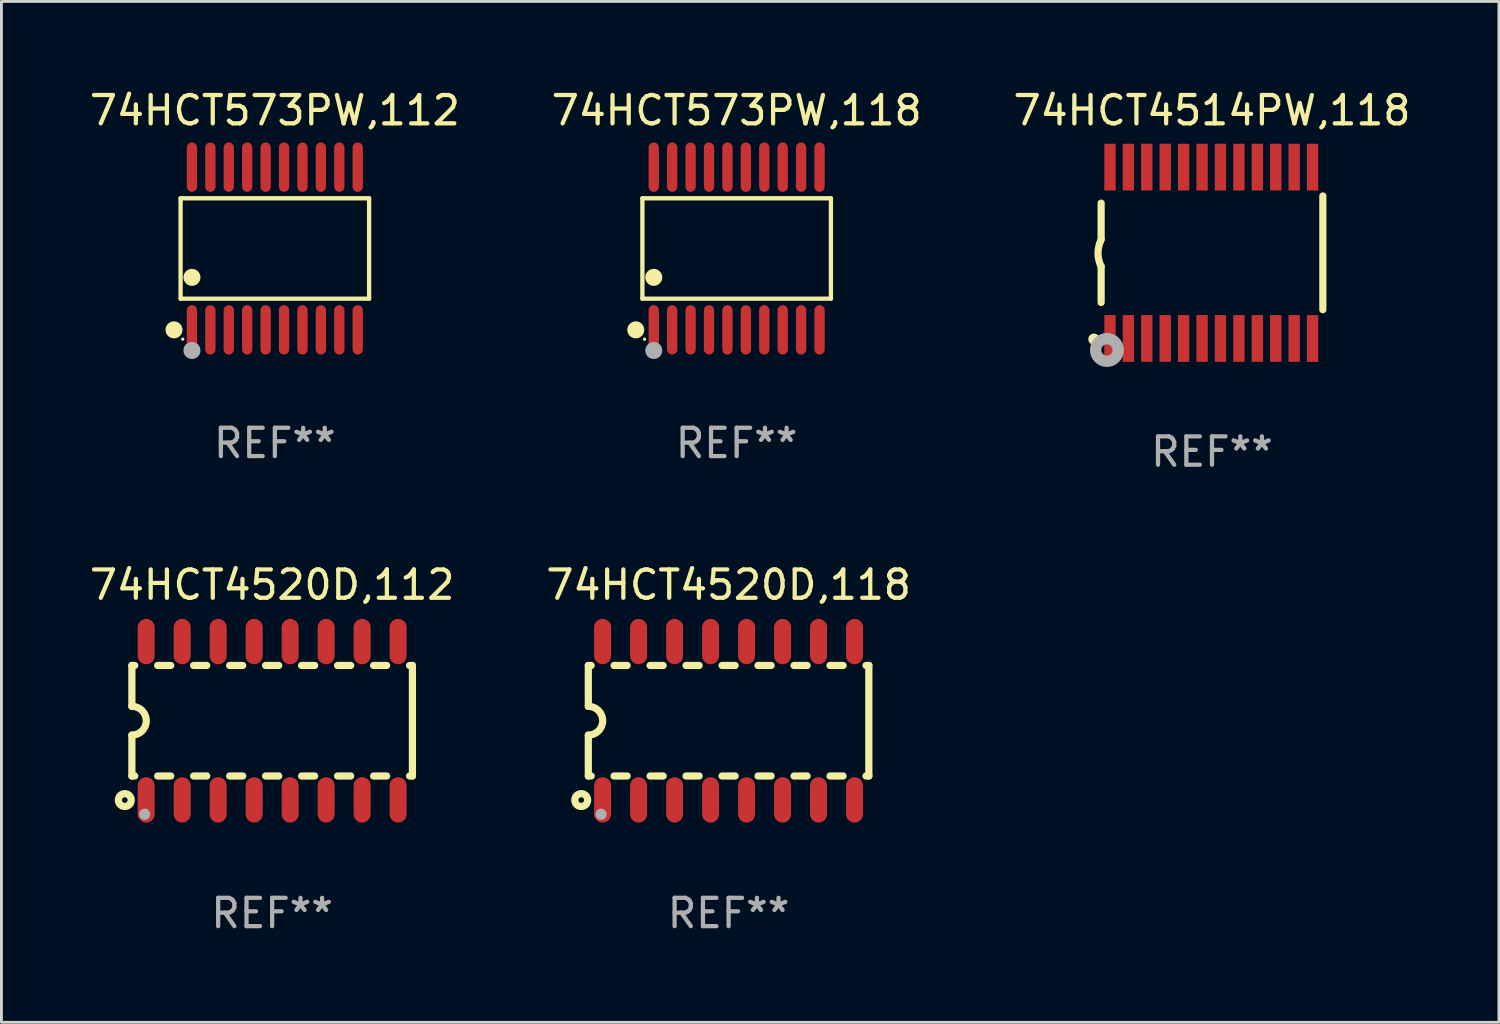
<source format=kicad_pcb>
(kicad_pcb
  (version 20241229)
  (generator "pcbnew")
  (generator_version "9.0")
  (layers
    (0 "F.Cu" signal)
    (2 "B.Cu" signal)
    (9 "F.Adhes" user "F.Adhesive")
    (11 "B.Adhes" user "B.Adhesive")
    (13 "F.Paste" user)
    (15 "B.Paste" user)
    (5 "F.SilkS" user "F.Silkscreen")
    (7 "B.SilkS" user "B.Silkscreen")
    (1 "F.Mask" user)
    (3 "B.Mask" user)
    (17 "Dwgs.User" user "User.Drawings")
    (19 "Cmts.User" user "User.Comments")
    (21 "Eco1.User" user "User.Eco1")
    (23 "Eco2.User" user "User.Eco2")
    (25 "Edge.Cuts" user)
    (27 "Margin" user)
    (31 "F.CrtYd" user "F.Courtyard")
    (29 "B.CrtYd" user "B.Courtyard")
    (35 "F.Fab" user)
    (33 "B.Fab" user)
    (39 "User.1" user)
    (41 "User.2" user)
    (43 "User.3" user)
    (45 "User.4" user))
  (footprint "74HCT573PW,112"
    (layer "F.Cu")
    (at 6.649 5.719)
    (property "Reference" "74HCT573PW,112" (at 0 -4.871 0) (layer "F.SilkS") (effects (font (size 1 1) (thickness 0.15))))
    (attr through_hole)
    (fp_line (start -3.326 -1.771) (end 3.326 -1.771) (stroke (width 0.152) (type solid)) (layer "F.SilkS"))
    (fp_line (start -3.326 1.771) (end -3.326 -1.771) (stroke (width 0.152) (type solid)) (layer "F.SilkS"))
    (fp_line (start 3.326 -1.771) (end 3.326 1.771) (stroke (width 0.152) (type solid)) (layer "F.SilkS"))
    (fp_line (start 3.326 1.771) (end -3.326 1.771) (stroke (width 0.152) (type solid)) (layer "F.SilkS"))
    (fp_circle (center -3.559 2.871) (end -3.409 2.871) (stroke (width 0.3) (type solid)) (fill no) (layer "F.SilkS"))
    (fp_circle (center -3.25 3.2) (end -3.22 3.2) (stroke (width 0.06) (type solid)) (fill no) (layer "F.SilkS"))
    (fp_circle (center -2.925 1.019) (end -2.775 1.019) (stroke (width 0.3) (type solid)) (fill no) (layer "F.SilkS"))
    (fp_circle (center -2.925 3.6) (end -2.775 3.6) (stroke (width 0.3) (type solid)) (fill no) (layer "F.Fab"))
    (fp_text user "REF**" (at 0 6.871 0) (layer "F.Fab") (effects (font (size 1 1) (thickness 0.15))))
    (pad "1" smd oval (at -2.925 2.871) (size 0.364 1.742) (layers "F.Cu" "F.Mask" "F.Paste"))
    (pad "2" smd oval (at -2.275 2.871) (size 0.364 1.742) (layers "F.Cu" "F.Mask" "F.Paste"))
    (pad "3" smd oval (at -1.625 2.871) (size 0.364 1.742) (layers "F.Cu" "F.Mask" "F.Paste"))
    (pad "4" smd oval (at -0.975 2.871) (size 0.364 1.742) (layers "F.Cu" "F.Mask" "F.Paste"))
    (pad "5" smd oval (at -0.325 2.871) (size 0.364 1.742) (layers "F.Cu" "F.Mask" "F.Paste"))
    (pad "6" smd oval (at 0.325 2.871) (size 0.364 1.742) (layers "F.Cu" "F.Mask" "F.Paste"))
    (pad "7" smd oval (at 0.975 2.871) (size 0.364 1.742) (layers "F.Cu" "F.Mask" "F.Paste"))
    (pad "8" smd oval (at 1.625 2.871) (size 0.364 1.742) (layers "F.Cu" "F.Mask" "F.Paste"))
    (pad "9" smd oval (at 2.275 2.871) (size 0.364 1.742) (layers "F.Cu" "F.Mask" "F.Paste"))
    (pad "10" smd oval (at 2.925 2.871) (size 0.364 1.742) (layers "F.Cu" "F.Mask" "F.Paste"))
    (pad "11" smd oval (at 2.925 -2.871) (size 0.364 1.742) (layers "F.Cu" "F.Mask" "F.Paste"))
    (pad "12" smd oval (at 2.275 -2.871) (size 0.364 1.742) (layers "F.Cu" "F.Mask" "F.Paste"))
    (pad "13" smd oval (at 1.625 -2.871) (size 0.364 1.742) (layers "F.Cu" "F.Mask" "F.Paste"))
    (pad "14" smd oval (at 0.975 -2.871) (size 0.364 1.742) (layers "F.Cu" "F.Mask" "F.Paste"))
    (pad "15" smd oval (at 0.325 -2.871) (size 0.364 1.742) (layers "F.Cu" "F.Mask" "F.Paste"))
    (pad "16" smd oval (at -0.325 -2.871) (size 0.364 1.742) (layers "F.Cu" "F.Mask" "F.Paste"))
    (pad "17" smd oval (at -0.975 -2.871) (size 0.364 1.742) (layers "F.Cu" "F.Mask" "F.Paste"))
    (pad "18" smd oval (at -1.625 -2.871) (size 0.364 1.742) (layers "F.Cu" "F.Mask" "F.Paste"))
    (pad "19" smd oval (at -2.275 -2.871) (size 0.364 1.742) (layers "F.Cu" "F.Mask" "F.Paste"))
    (pad "20" smd oval (at -2.925 -2.871) (size 0.364 1.742) (layers "F.Cu" "F.Mask" "F.Paste")))
  (footprint "74HCT573PW,118"
    (layer "F.Cu")
    (at 22.946 5.719)
    (property "Reference" "74HCT573PW,118" (at 0 -4.871 0) (layer "F.SilkS") (effects (font (size 1 1) (thickness 0.15))))
    (attr through_hole)
    (fp_line (start -3.326 -1.771) (end 3.326 -1.771) (stroke (width 0.152) (type solid)) (layer "F.SilkS"))
    (fp_line (start -3.326 1.771) (end -3.326 -1.771) (stroke (width 0.152) (type solid)) (layer "F.SilkS"))
    (fp_line (start 3.326 -1.771) (end 3.326 1.771) (stroke (width 0.152) (type solid)) (layer "F.SilkS"))
    (fp_line (start 3.326 1.771) (end -3.326 1.771) (stroke (width 0.152) (type solid)) (layer "F.SilkS"))
    (fp_circle (center -3.559 2.871) (end -3.409 2.871) (stroke (width 0.3) (type solid)) (fill no) (layer "F.SilkS"))
    (fp_circle (center -3.25 3.2) (end -3.22 3.2) (stroke (width 0.06) (type solid)) (fill no) (layer "F.SilkS"))
    (fp_circle (center -2.925 1.019) (end -2.775 1.019) (stroke (width 0.3) (type solid)) (fill no) (layer "F.SilkS"))
    (fp_circle (center -2.925 3.6) (end -2.775 3.6) (stroke (width 0.3) (type solid)) (fill no) (layer "F.Fab"))
    (fp_text user "REF**" (at 0 6.871 0) (layer "F.Fab") (effects (font (size 1 1) (thickness 0.15))))
    (pad "1" smd oval (at -2.925 2.871) (size 0.364 1.742) (layers "F.Cu" "F.Mask" "F.Paste"))
    (pad "2" smd oval (at -2.275 2.871) (size 0.364 1.742) (layers "F.Cu" "F.Mask" "F.Paste"))
    (pad "3" smd oval (at -1.625 2.871) (size 0.364 1.742) (layers "F.Cu" "F.Mask" "F.Paste"))
    (pad "4" smd oval (at -0.975 2.871) (size 0.364 1.742) (layers "F.Cu" "F.Mask" "F.Paste"))
    (pad "5" smd oval (at -0.325 2.871) (size 0.364 1.742) (layers "F.Cu" "F.Mask" "F.Paste"))
    (pad "6" smd oval (at 0.325 2.871) (size 0.364 1.742) (layers "F.Cu" "F.Mask" "F.Paste"))
    (pad "7" smd oval (at 0.975 2.871) (size 0.364 1.742) (layers "F.Cu" "F.Mask" "F.Paste"))
    (pad "8" smd oval (at 1.625 2.871) (size 0.364 1.742) (layers "F.Cu" "F.Mask" "F.Paste"))
    (pad "9" smd oval (at 2.275 2.871) (size 0.364 1.742) (layers "F.Cu" "F.Mask" "F.Paste"))
    (pad "10" smd oval (at 2.925 2.871) (size 0.364 1.742) (layers "F.Cu" "F.Mask" "F.Paste"))
    (pad "11" smd oval (at 2.925 -2.871) (size 0.364 1.742) (layers "F.Cu" "F.Mask" "F.Paste"))
    (pad "12" smd oval (at 2.275 -2.871) (size 0.364 1.742) (layers "F.Cu" "F.Mask" "F.Paste"))
    (pad "13" smd oval (at 1.625 -2.871) (size 0.364 1.742) (layers "F.Cu" "F.Mask" "F.Paste"))
    (pad "14" smd oval (at 0.975 -2.871) (size 0.364 1.742) (layers "F.Cu" "F.Mask" "F.Paste"))
    (pad "15" smd oval (at 0.325 -2.871) (size 0.364 1.742) (layers "F.Cu" "F.Mask" "F.Paste"))
    (pad "16" smd oval (at -0.325 -2.871) (size 0.364 1.742) (layers "F.Cu" "F.Mask" "F.Paste"))
    (pad "17" smd oval (at -0.975 -2.871) (size 0.364 1.742) (layers "F.Cu" "F.Mask" "F.Paste"))
    (pad "18" smd oval (at -1.625 -2.871) (size 0.364 1.742) (layers "F.Cu" "F.Mask" "F.Paste"))
    (pad "19" smd oval (at -2.275 -2.871) (size 0.364 1.742) (layers "F.Cu" "F.Mask" "F.Paste"))
    (pad "20" smd oval (at -2.925 -2.871) (size 0.364 1.742) (layers "F.Cu" "F.Mask" "F.Paste")))
  (footprint "74HCT4520D,112"
    (layer "F.Cu")
    (at 6.554 22.384)
    (property "Reference" "74HCT4520D,112" (at 0 -4.794 0) (layer "F.SilkS") (effects (font (size 1 1) (thickness 0.15))))
    (attr through_hole)
    (fp_line (start -4.95 -1.95) (end -4.95 -0.508) (stroke (width 0.254) (type solid)) (layer "F.SilkS"))
    (fp_line (start -4.95 -1.95) (end -4.849 -1.95) (stroke (width 0.254) (type solid)) (layer "F.SilkS"))
    (fp_line (start -4.95 1.95) (end -4.95 0.508) (stroke (width 0.254) (type solid)) (layer "F.SilkS"))
    (fp_line (start -4.95 1.95) (end -4.849 1.95) (stroke (width 0.254) (type solid)) (layer "F.SilkS"))
    (fp_line (start -4.041 -1.95) (end -3.579 -1.95) (stroke (width 0.254) (type solid)) (layer "F.SilkS"))
    (fp_line (start -4.041 1.95) (end -3.579 1.95) (stroke (width 0.254) (type solid)) (layer "F.SilkS"))
    (fp_line (start -2.771 -1.95) (end -2.309 -1.95) (stroke (width 0.254) (type solid)) (layer "F.SilkS"))
    (fp_line (start -2.771 1.95) (end -2.309 1.95) (stroke (width 0.254) (type solid)) (layer "F.SilkS"))
    (fp_line (start -1.501 -1.95) (end -1.039 -1.95) (stroke (width 0.254) (type solid)) (layer "F.SilkS"))
    (fp_line (start -1.501 1.95) (end -1.039 1.95) (stroke (width 0.254) (type solid)) (layer "F.SilkS"))
    (fp_line (start -0.231 -1.95) (end 0.231 -1.95) (stroke (width 0.254) (type solid)) (layer "F.SilkS"))
    (fp_line (start -0.231 1.95) (end 0.231 1.95) (stroke (width 0.254) (type solid)) (layer "F.SilkS"))
    (fp_line (start 1.039 -1.95) (end 1.501 -1.95) (stroke (width 0.254) (type solid)) (layer "F.SilkS"))
    (fp_line (start 1.039 1.95) (end 1.501 1.95) (stroke (width 0.254) (type solid)) (layer "F.SilkS"))
    (fp_line (start 2.309 -1.95) (end 2.771 -1.95) (stroke (width 0.254) (type solid)) (layer "F.SilkS"))
    (fp_line (start 2.309 1.95) (end 2.771 1.95) (stroke (width 0.254) (type solid)) (layer "F.SilkS"))
    (fp_line (start 3.579 -1.95) (end 4.041 -1.95) (stroke (width 0.254) (type solid)) (layer "F.SilkS"))
    (fp_line (start 3.579 1.95) (end 4.041 1.95) (stroke (width 0.254) (type solid)) (layer "F.SilkS"))
    (fp_line (start 4.849 -1.95) (end 4.95 -1.95) (stroke (width 0.254) (type solid)) (layer "F.SilkS"))
    (fp_line (start 4.849 1.95) (end 4.95 1.95) (stroke (width 0.254) (type solid)) (layer "F.SilkS"))
    (fp_line (start 4.95 -1.95) (end 4.95 1.95) (stroke (width 0.254) (type solid)) (layer "F.SilkS"))
    (fp_arc (start -4.95047 -0.508001) (mid -4.442469 -0.000228) (end -4.950013 0.508001) (stroke (width 0.254001) (type solid)) (layer "F.SilkS"))
    (fp_circle (center -5.2 2.8) (end -5.1 2.8) (stroke (width 0.254) (type solid)) (fill no) (layer "F.SilkS"))
    (fp_circle (center -4.95 2.947) (end -4.92 2.947) (stroke (width 0.06) (type solid)) (fill no) (layer "F.SilkS"))
    (fp_circle (center -4.5 3.3) (end -4.4 3.3) (stroke (width 0.2) (type solid)) (fill no) (layer "F.Fab"))
    (fp_text user "REF**" (at 0 6.794 0) (layer "F.Fab") (effects (font (size 1 1) (thickness 0.15))))
    (pad "1" smd oval (at -4.445 2.794) (size 0.6 1.6) (layers "F.Cu" "F.Mask" "F.Paste"))
    (pad "2" smd oval (at -3.175 2.794) (size 0.6 1.6) (layers "F.Cu" "F.Mask" "F.Paste"))
    (pad "3" smd oval (at -1.905 2.794) (size 0.6 1.6) (layers "F.Cu" "F.Mask" "F.Paste"))
    (pad "4" smd oval (at -0.635 2.794) (size 0.6 1.6) (layers "F.Cu" "F.Mask" "F.Paste"))
    (pad "5" smd oval (at 0.635 2.794) (size 0.6 1.6) (layers "F.Cu" "F.Mask" "F.Paste"))
    (pad "6" smd oval (at 1.905 2.794) (size 0.6 1.6) (layers "F.Cu" "F.Mask" "F.Paste"))
    (pad "7" smd oval (at 3.175 2.794) (size 0.6 1.6) (layers "F.Cu" "F.Mask" "F.Paste"))
    (pad "8" smd oval (at 4.445 2.794) (size 0.6 1.6) (layers "F.Cu" "F.Mask" "F.Paste"))
    (pad "9" smd oval (at 4.445 -2.794) (size 0.6 1.6) (layers "F.Cu" "F.Mask" "F.Paste"))
    (pad "10" smd oval (at 3.175 -2.794) (size 0.6 1.6) (layers "F.Cu" "F.Mask" "F.Paste"))
    (pad "11" smd oval (at 1.905 -2.794) (size 0.6 1.6) (layers "F.Cu" "F.Mask" "F.Paste"))
    (pad "12" smd oval (at 0.635 -2.794) (size 0.6 1.6) (layers "F.Cu" "F.Mask" "F.Paste"))
    (pad "13" smd oval (at -0.635 -2.794) (size 0.6 1.6) (layers "F.Cu" "F.Mask" "F.Paste"))
    (pad "14" smd oval (at -1.905 -2.794) (size 0.6 1.6) (layers "F.Cu" "F.Mask" "F.Paste"))
    (pad "15" smd oval (at -3.175 -2.794) (size 0.6 1.6) (layers "F.Cu" "F.Mask" "F.Paste"))
    (pad "16" smd oval (at -4.445 -2.794) (size 0.6 1.6) (layers "F.Cu" "F.Mask" "F.Paste")))
  (footprint "74HCT4514PW,118"
    (layer "F.Cu")
    (at 39.72 5.871)
    (property "Reference" "74HCT4514PW,118" (at 0 -5.023 0) (layer "F.SilkS") (effects (font (size 1 1) (thickness 0.15))))
    (attr through_hole)
    (fp_line (start -3.912 -0.483) (end -3.912 -1.753) (stroke (width 0.254) (type solid)) (layer "F.SilkS"))
    (fp_line (start -3.912 1.753) (end -3.912 0.483) (stroke (width 0.254) (type solid)) (layer "F.SilkS"))
    (fp_line (start 3.912 -2.007) (end 3.912 2.007) (stroke (width 0.254) (type solid)) (layer "F.SilkS"))
    (fp_arc (start -3.911608 0.482601) (mid -4.022537 0.0127) (end -3.911608 -0.457201) (stroke (width 0.254001) (type solid)) (layer "F.SilkS"))
    (fp_circle (center -4.166 3.048) (end -4.066 3.048) (stroke (width 0.2) (type solid)) (fill no) (layer "F.SilkS"))
    (fp_circle (center -3.925 3.186) (end -3.895 3.186) (stroke (width 0.06) (type solid)) (fill no) (layer "F.SilkS"))
    (fp_circle (center -3.708 3.429) (end -3.509 3.429) (stroke (width 0.4) (type solid)) (fill no) (layer "F.Fab"))
    (fp_text user "REF**" (at 0 7.023 0) (layer "F.Fab") (effects (font (size 1 1) (thickness 0.15))))
    (pad "1" smd rect (at -3.6 3.023) (size 0.4 1.65) (layers "F.Cu" "F.Mask" "F.Paste"))
    (pad "2" smd rect (at -2.95 3.023) (size 0.4 1.65) (layers "F.Cu" "F.Mask" "F.Paste"))
    (pad "3" smd rect (at -2.3 3.023) (size 0.4 1.65) (layers "F.Cu" "F.Mask" "F.Paste"))
    (pad "4" smd rect (at -1.65 3.023) (size 0.4 1.65) (layers "F.Cu" "F.Mask" "F.Paste"))
    (pad "5" smd rect (at -1 3.023) (size 0.4 1.65) (layers "F.Cu" "F.Mask" "F.Paste"))
    (pad "6" smd rect (at -0.35 3.023) (size 0.4 1.65) (layers "F.Cu" "F.Mask" "F.Paste"))
    (pad "7" smd rect (at 0.299 3.023) (size 0.4 1.65) (layers "F.Cu" "F.Mask" "F.Paste"))
    (pad "8" smd rect (at 0.95 3.023) (size 0.4 1.65) (layers "F.Cu" "F.Mask" "F.Paste"))
    (pad "9" smd rect (at 1.6 3.023) (size 0.4 1.65) (layers "F.Cu" "F.Mask" "F.Paste"))
    (pad "10" smd rect (at 2.25 3.023) (size 0.4 1.65) (layers "F.Cu" "F.Mask" "F.Paste"))
    (pad "11" smd rect (at 2.9 3.023) (size 0.4 1.65) (layers "F.Cu" "F.Mask" "F.Paste"))
    (pad "12" smd rect (at 3.549 3.023) (size 0.4 1.65) (layers "F.Cu" "F.Mask" "F.Paste"))
    (pad "13" smd rect (at 3.549 -3.023) (size 0.4 1.65) (layers "F.Cu" "F.Mask" "F.Paste"))
    (pad "14" smd rect (at 2.9 -3.023) (size 0.4 1.65) (layers "F.Cu" "F.Mask" "F.Paste"))
    (pad "15" smd rect (at 2.25 -3.023) (size 0.4 1.65) (layers "F.Cu" "F.Mask" "F.Paste"))
    (pad "16" smd rect (at 1.6 -3.023) (size 0.4 1.65) (layers "F.Cu" "F.Mask" "F.Paste"))
    (pad "17" smd rect (at 0.95 -3.023) (size 0.4 1.65) (layers "F.Cu" "F.Mask" "F.Paste"))
    (pad "18" smd rect (at 0.299 -3.023) (size 0.4 1.65) (layers "F.Cu" "F.Mask" "F.Paste"))
    (pad "19" smd rect (at -0.35 -3.023) (size 0.4 1.65) (layers "F.Cu" "F.Mask" "F.Paste"))
    (pad "20" smd rect (at -1 -3.023) (size 0.4 1.65) (layers "F.Cu" "F.Mask" "F.Paste"))
    (pad "21" smd rect (at -1.65 -3.023) (size 0.4 1.65) (layers "F.Cu" "F.Mask" "F.Paste"))
    (pad "22" smd rect (at -2.3 -3.023) (size 0.4 1.65) (layers "F.Cu" "F.Mask" "F.Paste"))
    (pad "23" smd rect (at -2.95 -3.023) (size 0.4 1.65) (layers "F.Cu" "F.Mask" "F.Paste"))
    (pad "24" smd rect (at -3.6 -3.023) (size 0.4 1.65) (layers "F.Cu" "F.Mask" "F.Paste")))
  (footprint "74HCT4520D,118"
    (layer "F.Cu")
    (at 22.661 22.384)
    (property "Reference" "74HCT4520D,118" (at 0 -4.794 0) (layer "F.SilkS") (effects (font (size 1 1) (thickness 0.15))))
    (attr through_hole)
    (fp_line (start -4.95 -1.95) (end -4.95 -0.508) (stroke (width 0.254) (type solid)) (layer "F.SilkS"))
    (fp_line (start -4.95 -1.95) (end -4.849 -1.95) (stroke (width 0.254) (type solid)) (layer "F.SilkS"))
    (fp_line (start -4.95 1.95) (end -4.95 0.508) (stroke (width 0.254) (type solid)) (layer "F.SilkS"))
    (fp_line (start -4.95 1.95) (end -4.849 1.95) (stroke (width 0.254) (type solid)) (layer "F.SilkS"))
    (fp_line (start -4.041 -1.95) (end -3.579 -1.95) (stroke (width 0.254) (type solid)) (layer "F.SilkS"))
    (fp_line (start -4.041 1.95) (end -3.579 1.95) (stroke (width 0.254) (type solid)) (layer "F.SilkS"))
    (fp_line (start -2.771 -1.95) (end -2.309 -1.95) (stroke (width 0.254) (type solid)) (layer "F.SilkS"))
    (fp_line (start -2.771 1.95) (end -2.309 1.95) (stroke (width 0.254) (type solid)) (layer "F.SilkS"))
    (fp_line (start -1.501 -1.95) (end -1.039 -1.95) (stroke (width 0.254) (type solid)) (layer "F.SilkS"))
    (fp_line (start -1.501 1.95) (end -1.039 1.95) (stroke (width 0.254) (type solid)) (layer "F.SilkS"))
    (fp_line (start -0.231 -1.95) (end 0.231 -1.95) (stroke (width 0.254) (type solid)) (layer "F.SilkS"))
    (fp_line (start -0.231 1.95) (end 0.231 1.95) (stroke (width 0.254) (type solid)) (layer "F.SilkS"))
    (fp_line (start 1.039 -1.95) (end 1.501 -1.95) (stroke (width 0.254) (type solid)) (layer "F.SilkS"))
    (fp_line (start 1.039 1.95) (end 1.501 1.95) (stroke (width 0.254) (type solid)) (layer "F.SilkS"))
    (fp_line (start 2.309 -1.95) (end 2.771 -1.95) (stroke (width 0.254) (type solid)) (layer "F.SilkS"))
    (fp_line (start 2.309 1.95) (end 2.771 1.95) (stroke (width 0.254) (type solid)) (layer "F.SilkS"))
    (fp_line (start 3.579 -1.95) (end 4.041 -1.95) (stroke (width 0.254) (type solid)) (layer "F.SilkS"))
    (fp_line (start 3.579 1.95) (end 4.041 1.95) (stroke (width 0.254) (type solid)) (layer "F.SilkS"))
    (fp_line (start 4.849 -1.95) (end 4.95 -1.95) (stroke (width 0.254) (type solid)) (layer "F.SilkS"))
    (fp_line (start 4.849 1.95) (end 4.95 1.95) (stroke (width 0.254) (type solid)) (layer "F.SilkS"))
    (fp_line (start 4.95 -1.95) (end 4.95 1.95) (stroke (width 0.254) (type solid)) (layer "F.SilkS"))
    (fp_arc (start -4.95047 -0.508001) (mid -4.442469 -0.000228) (end -4.950013 0.508001) (stroke (width 0.254001) (type solid)) (layer "F.SilkS"))
    (fp_circle (center -5.2 2.8) (end -5.1 2.8) (stroke (width 0.254) (type solid)) (fill no) (layer "F.SilkS"))
    (fp_circle (center -4.95 2.947) (end -4.92 2.947) (stroke (width 0.06) (type solid)) (fill no) (layer "F.SilkS"))
    (fp_circle (center -4.5 3.3) (end -4.4 3.3) (stroke (width 0.2) (type solid)) (fill no) (layer "F.Fab"))
    (fp_text user "REF**" (at 0 6.794 0) (layer "F.Fab") (effects (font (size 1 1) (thickness 0.15))))
    (pad "1" smd oval (at -4.445 2.794) (size 0.6 1.6) (layers "F.Cu" "F.Mask" "F.Paste"))
    (pad "2" smd oval (at -3.175 2.794) (size 0.6 1.6) (layers "F.Cu" "F.Mask" "F.Paste"))
    (pad "3" smd oval (at -1.905 2.794) (size 0.6 1.6) (layers "F.Cu" "F.Mask" "F.Paste"))
    (pad "4" smd oval (at -0.635 2.794) (size 0.6 1.6) (layers "F.Cu" "F.Mask" "F.Paste"))
    (pad "5" smd oval (at 0.635 2.794) (size 0.6 1.6) (layers "F.Cu" "F.Mask" "F.Paste"))
    (pad "6" smd oval (at 1.905 2.794) (size 0.6 1.6) (layers "F.Cu" "F.Mask" "F.Paste"))
    (pad "7" smd oval (at 3.175 2.794) (size 0.6 1.6) (layers "F.Cu" "F.Mask" "F.Paste"))
    (pad "8" smd oval (at 4.445 2.794) (size 0.6 1.6) (layers "F.Cu" "F.Mask" "F.Paste"))
    (pad "9" smd oval (at 4.445 -2.794) (size 0.6 1.6) (layers "F.Cu" "F.Mask" "F.Paste"))
    (pad "10" smd oval (at 3.175 -2.794) (size 0.6 1.6) (layers "F.Cu" "F.Mask" "F.Paste"))
    (pad "11" smd oval (at 1.905 -2.794) (size 0.6 1.6) (layers "F.Cu" "F.Mask" "F.Paste"))
    (pad "12" smd oval (at 0.635 -2.794) (size 0.6 1.6) (layers "F.Cu" "F.Mask" "F.Paste"))
    (pad "13" smd oval (at -0.635 -2.794) (size 0.6 1.6) (layers "F.Cu" "F.Mask" "F.Paste"))
    (pad "14" smd oval (at -1.905 -2.794) (size 0.6 1.6) (layers "F.Cu" "F.Mask" "F.Paste"))
    (pad "15" smd oval (at -3.175 -2.794) (size 0.6 1.6) (layers "F.Cu" "F.Mask" "F.Paste"))
    (pad "16" smd oval (at -4.445 -2.794) (size 0.6 1.6) (layers "F.Cu" "F.Mask" "F.Paste")))
  (gr_rect
    (start -3 -3)
    (end 49.845 33.026)
    (stroke (width 0.1) (type default))
    (fill no)
    (layer "Edge.Cuts")))
</source>
